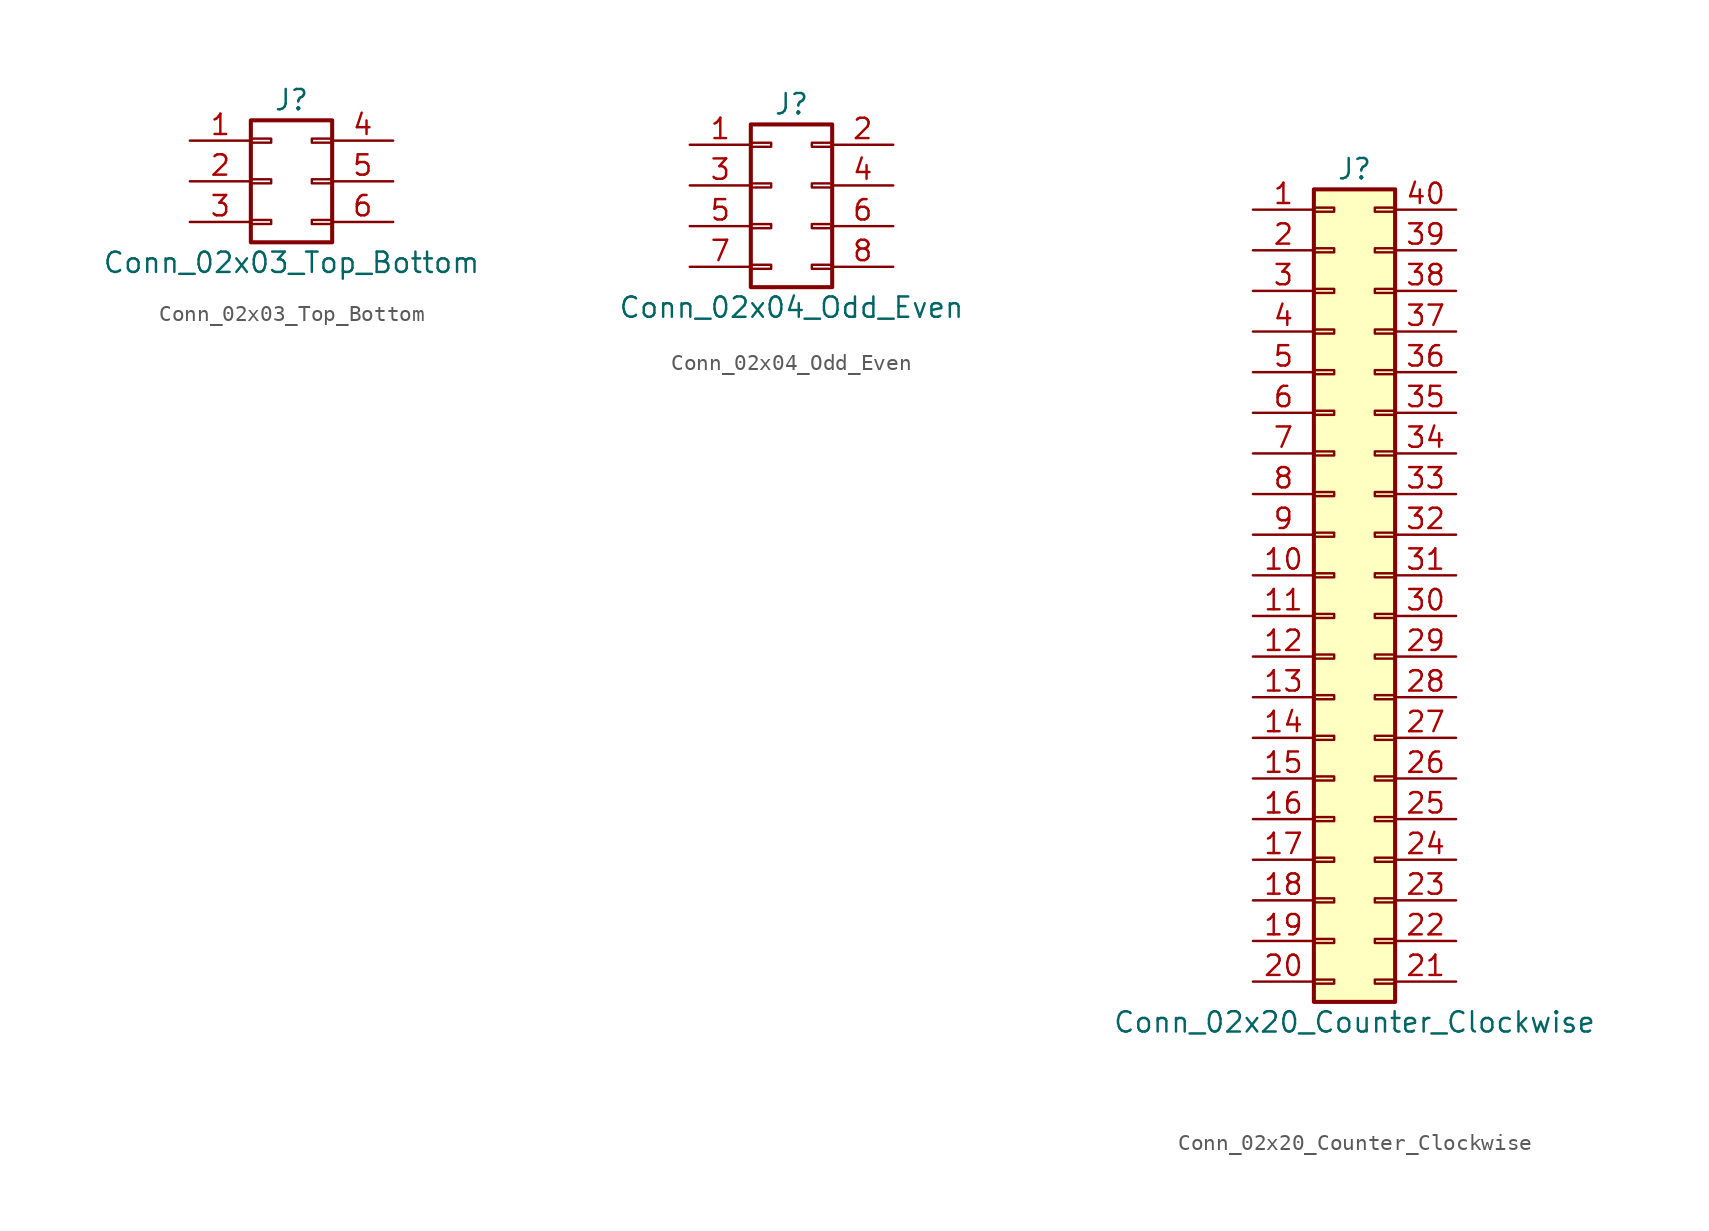
<source format=kicad_sym>
(kicad_symbol_lib
  (version 20241209)
  (generator "kicad_symbol_editor")
  (generator_version "9.0")
  (symbol "Conn_02x03_Top_Bottom"
    (pin_names
      (offset 1.016)
      (hide yes))
    (property "Reference" "J"
      (at 1.27 5.08 0)
      (effects (font (size 1.27 1.27))))
    (property "Value" "Conn_02x03_Top_Bottom"
      (at 1.27 -5.08 0)
      (effects (font (size 1.27 1.27))))
    (symbol "Conn_02x03_Top_Bottom_1_1"
      (rectangle (start -1.27 3.81) (end 3.81 -3.81) (stroke (width 0.254) (type default)) (fill (type none)))
      (rectangle (start -1.27 2.667) (end 0 2.413) (stroke (width 0.152) (type default)) (fill (type none)))
      (rectangle (start -1.27 0.127) (end 0 -0.127) (stroke (width 0.152) (type default)) (fill (type none)))
      (rectangle (start -1.27 -2.413) (end 0 -2.667) (stroke (width 0.152) (type default)) (fill (type none)))
      (rectangle (start 3.81 2.667) (end 2.54 2.413) (stroke (width 0.152) (type default)) (fill (type none)))
      (rectangle (start 3.81 0.127) (end 2.54 -0.127) (stroke (width 0.152) (type default)) (fill (type none)))
      (rectangle (start 3.81 -2.413) (end 2.54 -2.667) (stroke (width 0.152) (type default)) (fill (type none)))
      (pin passive line (at -5.08 2.54 0) (length 3.81) (name "Pin_1" (effects (font (size 1.27 1.27)))) (number "1" (effects (font (size 1.27 1.27)))))
      (pin passive line (at -5.08 0 0) (length 3.81) (name "Pin_2" (effects (font (size 1.27 1.27)))) (number "2" (effects (font (size 1.27 1.27)))))
      (pin passive line (at -5.08 -2.54 0) (length 3.81) (name "Pin_3" (effects (font (size 1.27 1.27)))) (number "3" (effects (font (size 1.27 1.27)))))
      (pin passive line (at 7.62 2.54 180) (length 3.81) (name "Pin_4" (effects (font (size 1.27 1.27)))) (number "4" (effects (font (size 1.27 1.27)))))
      (pin passive line (at 7.62 0 180) (length 3.81) (name "Pin_5" (effects (font (size 1.27 1.27)))) (number "5" (effects (font (size 1.27 1.27)))))
      (pin passive line (at 7.62 -2.54 180) (length 3.81) (name "Pin_6" (effects (font (size 1.27 1.27)))) (number "6" (effects (font (size 1.27 1.27)))))))
  (symbol "Conn_02x04_Odd_Even"
    (pin_names
      (offset 1.016)
      (hide yes))
    (property "Reference" "J"
      (at 1.27 5.08 0)
      (effects (font (size 1.27 1.27))))
    (property "Value" "Conn_02x04_Odd_Even"
      (at 1.27 -7.62 0)
      (effects (font (size 1.27 1.27))))
    (symbol "Conn_02x04_Odd_Even_1_1"
      (rectangle (start -1.27 3.81) (end 3.81 -6.35) (stroke (width 0.254) (type default)) (fill (type none)))
      (rectangle (start -1.27 2.667) (end 0 2.413) (stroke (width 0.152) (type default)) (fill (type none)))
      (rectangle (start -1.27 0.127) (end 0 -0.127) (stroke (width 0.152) (type default)) (fill (type none)))
      (rectangle (start -1.27 -2.413) (end 0 -2.667) (stroke (width 0.152) (type default)) (fill (type none)))
      (rectangle (start -1.27 -4.953) (end 0 -5.207) (stroke (width 0.152) (type default)) (fill (type none)))
      (rectangle (start 3.81 2.667) (end 2.54 2.413) (stroke (width 0.152) (type default)) (fill (type none)))
      (rectangle (start 3.81 0.127) (end 2.54 -0.127) (stroke (width 0.152) (type default)) (fill (type none)))
      (rectangle (start 3.81 -2.413) (end 2.54 -2.667) (stroke (width 0.152) (type default)) (fill (type none)))
      (rectangle (start 3.81 -4.953) (end 2.54 -5.207) (stroke (width 0.152) (type default)) (fill (type none)))
      (pin passive line (at -5.08 2.54 0) (length 3.81) (name "Pin_1" (effects (font (size 1.27 1.27)))) (number "1" (effects (font (size 1.27 1.27)))))
      (pin passive line (at -5.08 0 0) (length 3.81) (name "Pin_3" (effects (font (size 1.27 1.27)))) (number "3" (effects (font (size 1.27 1.27)))))
      (pin passive line (at -5.08 -2.54 0) (length 3.81) (name "Pin_5" (effects (font (size 1.27 1.27)))) (number "5" (effects (font (size 1.27 1.27)))))
      (pin passive line (at -5.08 -5.08 0) (length 3.81) (name "Pin_7" (effects (font (size 1.27 1.27)))) (number "7" (effects (font (size 1.27 1.27)))))
      (pin passive line (at 7.62 2.54 180) (length 3.81) (name "Pin_2" (effects (font (size 1.27 1.27)))) (number "2" (effects (font (size 1.27 1.27)))))
      (pin passive line (at 7.62 0 180) (length 3.81) (name "Pin_4" (effects (font (size 1.27 1.27)))) (number "4" (effects (font (size 1.27 1.27)))))
      (pin passive line (at 7.62 -2.54 180) (length 3.81) (name "Pin_6" (effects (font (size 1.27 1.27)))) (number "6" (effects (font (size 1.27 1.27)))))
      (pin passive line (at 7.62 -5.08 180) (length 3.81) (name "Pin_8" (effects (font (size 1.27 1.27)))) (number "8" (effects (font (size 1.27 1.27)))))))
  (symbol "Conn_02x20_Counter_Clockwise"
    (pin_names
      (offset 1.016)
      (hide yes))
    (property "Reference" "J"
      (at 1.27 25.4 0)
      (effects (font (size 1.27 1.27))))
    (property "Value" "Conn_02x20_Counter_Clockwise"
      (at 1.27 -27.94 0)
      (effects (font (size 1.27 1.27))))
    (symbol "Conn_02x20_Counter_Clockwise_1_1"
      (rectangle (start -1.27 24.13) (end 3.81 -26.67) (stroke (width 0.254) (type default)) (fill (type background)))
      (rectangle (start -1.27 22.987) (end 0 22.733) (stroke (width 0.152) (type default)) (fill (type none)))
      (rectangle (start -1.27 20.447) (end 0 20.193) (stroke (width 0.152) (type default)) (fill (type none)))
      (rectangle (start -1.27 17.907) (end 0 17.653) (stroke (width 0.152) (type default)) (fill (type none)))
      (rectangle (start -1.27 15.367) (end 0 15.113) (stroke (width 0.152) (type default)) (fill (type none)))
      (rectangle (start -1.27 12.827) (end 0 12.573) (stroke (width 0.152) (type default)) (fill (type none)))
      (rectangle (start -1.27 10.287) (end 0 10.033) (stroke (width 0.152) (type default)) (fill (type none)))
      (rectangle (start -1.27 7.747) (end 0 7.493) (stroke (width 0.152) (type default)) (fill (type none)))
      (rectangle (start -1.27 5.207) (end 0 4.953) (stroke (width 0.152) (type default)) (fill (type none)))
      (rectangle (start -1.27 2.667) (end 0 2.413) (stroke (width 0.152) (type default)) (fill (type none)))
      (rectangle (start -1.27 0.127) (end 0 -0.127) (stroke (width 0.152) (type default)) (fill (type none)))
      (rectangle (start -1.27 -2.413) (end 0 -2.667) (stroke (width 0.152) (type default)) (fill (type none)))
      (rectangle (start -1.27 -4.953) (end 0 -5.207) (stroke (width 0.152) (type default)) (fill (type none)))
      (rectangle (start -1.27 -7.493) (end 0 -7.747) (stroke (width 0.152) (type default)) (fill (type none)))
      (rectangle (start -1.27 -10.033) (end 0 -10.287) (stroke (width 0.152) (type default)) (fill (type none)))
      (rectangle (start -1.27 -12.573) (end 0 -12.827) (stroke (width 0.152) (type default)) (fill (type none)))
      (rectangle (start -1.27 -15.113) (end 0 -15.367) (stroke (width 0.152) (type default)) (fill (type none)))
      (rectangle (start -1.27 -17.653) (end 0 -17.907) (stroke (width 0.152) (type default)) (fill (type none)))
      (rectangle (start -1.27 -20.193) (end 0 -20.447) (stroke (width 0.152) (type default)) (fill (type none)))
      (rectangle (start -1.27 -22.733) (end 0 -22.987) (stroke (width 0.152) (type default)) (fill (type none)))
      (rectangle (start -1.27 -25.273) (end 0 -25.527) (stroke (width 0.152) (type default)) (fill (type none)))
      (rectangle (start 3.81 22.987) (end 2.54 22.733) (stroke (width 0.152) (type default)) (fill (type none)))
      (rectangle (start 3.81 20.447) (end 2.54 20.193) (stroke (width 0.152) (type default)) (fill (type none)))
      (rectangle (start 3.81 17.907) (end 2.54 17.653) (stroke (width 0.152) (type default)) (fill (type none)))
      (rectangle (start 3.81 15.367) (end 2.54 15.113) (stroke (width 0.152) (type default)) (fill (type none)))
      (rectangle (start 3.81 12.827) (end 2.54 12.573) (stroke (width 0.152) (type default)) (fill (type none)))
      (rectangle (start 3.81 10.287) (end 2.54 10.033) (stroke (width 0.152) (type default)) (fill (type none)))
      (rectangle (start 3.81 7.747) (end 2.54 7.493) (stroke (width 0.152) (type default)) (fill (type none)))
      (rectangle (start 3.81 5.207) (end 2.54 4.953) (stroke (width 0.152) (type default)) (fill (type none)))
      (rectangle (start 3.81 2.667) (end 2.54 2.413) (stroke (width 0.152) (type default)) (fill (type none)))
      (rectangle (start 3.81 0.127) (end 2.54 -0.127) (stroke (width 0.152) (type default)) (fill (type none)))
      (rectangle (start 3.81 -2.413) (end 2.54 -2.667) (stroke (width 0.152) (type default)) (fill (type none)))
      (rectangle (start 3.81 -4.953) (end 2.54 -5.207) (stroke (width 0.152) (type default)) (fill (type none)))
      (rectangle (start 3.81 -7.493) (end 2.54 -7.747) (stroke (width 0.152) (type default)) (fill (type none)))
      (rectangle (start 3.81 -10.033) (end 2.54 -10.287) (stroke (width 0.152) (type default)) (fill (type none)))
      (rectangle (start 3.81 -12.573) (end 2.54 -12.827) (stroke (width 0.152) (type default)) (fill (type none)))
      (rectangle (start 3.81 -15.113) (end 2.54 -15.367) (stroke (width 0.152) (type default)) (fill (type none)))
      (rectangle (start 3.81 -17.653) (end 2.54 -17.907) (stroke (width 0.152) (type default)) (fill (type none)))
      (rectangle (start 3.81 -20.193) (end 2.54 -20.447) (stroke (width 0.152) (type default)) (fill (type none)))
      (rectangle (start 3.81 -22.733) (end 2.54 -22.987) (stroke (width 0.152) (type default)) (fill (type none)))
      (rectangle (start 3.81 -25.273) (end 2.54 -25.527) (stroke (width 0.152) (type default)) (fill (type none)))
      (pin passive line (at -5.08 22.86 0) (length 3.81) (name "Pin_1" (effects (font (size 1.27 1.27)))) (number "1" (effects (font (size 1.27 1.27)))))
      (pin passive line (at -5.08 20.32 0) (length 3.81) (name "Pin_2" (effects (font (size 1.27 1.27)))) (number "2" (effects (font (size 1.27 1.27)))))
      (pin passive line (at -5.08 17.78 0) (length 3.81) (name "Pin_3" (effects (font (size 1.27 1.27)))) (number "3" (effects (font (size 1.27 1.27)))))
      (pin passive line (at -5.08 15.24 0) (length 3.81) (name "Pin_4" (effects (font (size 1.27 1.27)))) (number "4" (effects (font (size 1.27 1.27)))))
      (pin passive line (at -5.08 12.7 0) (length 3.81) (name "Pin_5" (effects (font (size 1.27 1.27)))) (number "5" (effects (font (size 1.27 1.27)))))
      (pin passive line (at -5.08 10.16 0) (length 3.81) (name "Pin_6" (effects (font (size 1.27 1.27)))) (number "6" (effects (font (size 1.27 1.27)))))
      (pin passive line (at -5.08 7.62 0) (length 3.81) (name "Pin_7" (effects (font (size 1.27 1.27)))) (number "7" (effects (font (size 1.27 1.27)))))
      (pin passive line (at -5.08 5.08 0) (length 3.81) (name "Pin_8" (effects (font (size 1.27 1.27)))) (number "8" (effects (font (size 1.27 1.27)))))
      (pin passive line (at -5.08 2.54 0) (length 3.81) (name "Pin_9" (effects (font (size 1.27 1.27)))) (number "9" (effects (font (size 1.27 1.27)))))
      (pin passive line (at -5.08 0 0) (length 3.81) (name "Pin_10" (effects (font (size 1.27 1.27)))) (number "10" (effects (font (size 1.27 1.27)))))
      (pin passive line (at -5.08 -2.54 0) (length 3.81) (name "Pin_11" (effects (font (size 1.27 1.27)))) (number "11" (effects (font (size 1.27 1.27)))))
      (pin passive line (at -5.08 -5.08 0) (length 3.81) (name "Pin_12" (effects (font (size 1.27 1.27)))) (number "12" (effects (font (size 1.27 1.27)))))
      (pin passive line (at -5.08 -7.62 0) (length 3.81) (name "Pin_13" (effects (font (size 1.27 1.27)))) (number "13" (effects (font (size 1.27 1.27)))))
      (pin passive line (at -5.08 -10.16 0) (length 3.81) (name "Pin_14" (effects (font (size 1.27 1.27)))) (number "14" (effects (font (size 1.27 1.27)))))
      (pin passive line (at -5.08 -12.7 0) (length 3.81) (name "Pin_15" (effects (font (size 1.27 1.27)))) (number "15" (effects (font (size 1.27 1.27)))))
      (pin passive line (at -5.08 -15.24 0) (length 3.81) (name "Pin_16" (effects (font (size 1.27 1.27)))) (number "16" (effects (font (size 1.27 1.27)))))
      (pin passive line (at -5.08 -17.78 0) (length 3.81) (name "Pin_17" (effects (font (size 1.27 1.27)))) (number "17" (effects (font (size 1.27 1.27)))))
      (pin passive line (at -5.08 -20.32 0) (length 3.81) (name "Pin_18" (effects (font (size 1.27 1.27)))) (number "18" (effects (font (size 1.27 1.27)))))
      (pin passive line (at -5.08 -22.86 0) (length 3.81) (name "Pin_19" (effects (font (size 1.27 1.27)))) (number "19" (effects (font (size 1.27 1.27)))))
      (pin passive line (at -5.08 -25.4 0) (length 3.81) (name "Pin_20" (effects (font (size 1.27 1.27)))) (number "20" (effects (font (size 1.27 1.27)))))
      (pin passive line (at 7.62 22.86 180) (length 3.81) (name "Pin_40" (effects (font (size 1.27 1.27)))) (number "40" (effects (font (size 1.27 1.27)))))
      (pin passive line (at 7.62 20.32 180) (length 3.81) (name "Pin_39" (effects (font (size 1.27 1.27)))) (number "39" (effects (font (size 1.27 1.27)))))
      (pin passive line (at 7.62 17.78 180) (length 3.81) (name "Pin_38" (effects (font (size 1.27 1.27)))) (number "38" (effects (font (size 1.27 1.27)))))
      (pin passive line (at 7.62 15.24 180) (length 3.81) (name "Pin_37" (effects (font (size 1.27 1.27)))) (number "37" (effects (font (size 1.27 1.27)))))
      (pin passive line (at 7.62 12.7 180) (length 3.81) (name "Pin_36" (effects (font (size 1.27 1.27)))) (number "36" (effects (font (size 1.27 1.27)))))
      (pin passive line (at 7.62 10.16 180) (length 3.81) (name "Pin_35" (effects (font (size 1.27 1.27)))) (number "35" (effects (font (size 1.27 1.27)))))
      (pin passive line (at 7.62 7.62 180) (length 3.81) (name "Pin_34" (effects (font (size 1.27 1.27)))) (number "34" (effects (font (size 1.27 1.27)))))
      (pin passive line (at 7.62 5.08 180) (length 3.81) (name "Pin_33" (effects (font (size 1.27 1.27)))) (number "33" (effects (font (size 1.27 1.27)))))
      (pin passive line (at 7.62 2.54 180) (length 3.81) (name "Pin_32" (effects (font (size 1.27 1.27)))) (number "32" (effects (font (size 1.27 1.27)))))
      (pin passive line (at 7.62 0 180) (length 3.81) (name "Pin_31" (effects (font (size 1.27 1.27)))) (number "31" (effects (font (size 1.27 1.27)))))
      (pin passive line (at 7.62 -2.54 180) (length 3.81) (name "Pin_30" (effects (font (size 1.27 1.27)))) (number "30" (effects (font (size 1.27 1.27)))))
      (pin passive line (at 7.62 -5.08 180) (length 3.81) (name "Pin_29" (effects (font (size 1.27 1.27)))) (number "29" (effects (font (size 1.27 1.27)))))
      (pin passive line (at 7.62 -7.62 180) (length 3.81) (name "Pin_28" (effects (font (size 1.27 1.27)))) (number "28" (effects (font (size 1.27 1.27)))))
      (pin passive line (at 7.62 -10.16 180) (length 3.81) (name "Pin_27" (effects (font (size 1.27 1.27)))) (number "27" (effects (font (size 1.27 1.27)))))
      (pin passive line (at 7.62 -12.7 180) (length 3.81) (name "Pin_26" (effects (font (size 1.27 1.27)))) (number "26" (effects (font (size 1.27 1.27)))))
      (pin passive line (at 7.62 -15.24 180) (length 3.81) (name "Pin_25" (effects (font (size 1.27 1.27)))) (number "25" (effects (font (size 1.27 1.27)))))
      (pin passive line (at 7.62 -17.78 180) (length 3.81) (name "Pin_24" (effects (font (size 1.27 1.27)))) (number "24" (effects (font (size 1.27 1.27)))))
      (pin passive line (at 7.62 -20.32 180) (length 3.81) (name "Pin_23" (effects (font (size 1.27 1.27)))) (number "23" (effects (font (size 1.27 1.27)))))
      (pin passive line (at 7.62 -22.86 180) (length 3.81) (name "Pin_22" (effects (font (size 1.27 1.27)))) (number "22" (effects (font (size 1.27 1.27)))))
      (pin passive line (at 7.62 -25.4 180) (length 3.81) (name "Pin_21" (effects (font (size 1.27 1.27)))) (number "21" (effects (font (size 1.27 1.27))))))))
</source>
